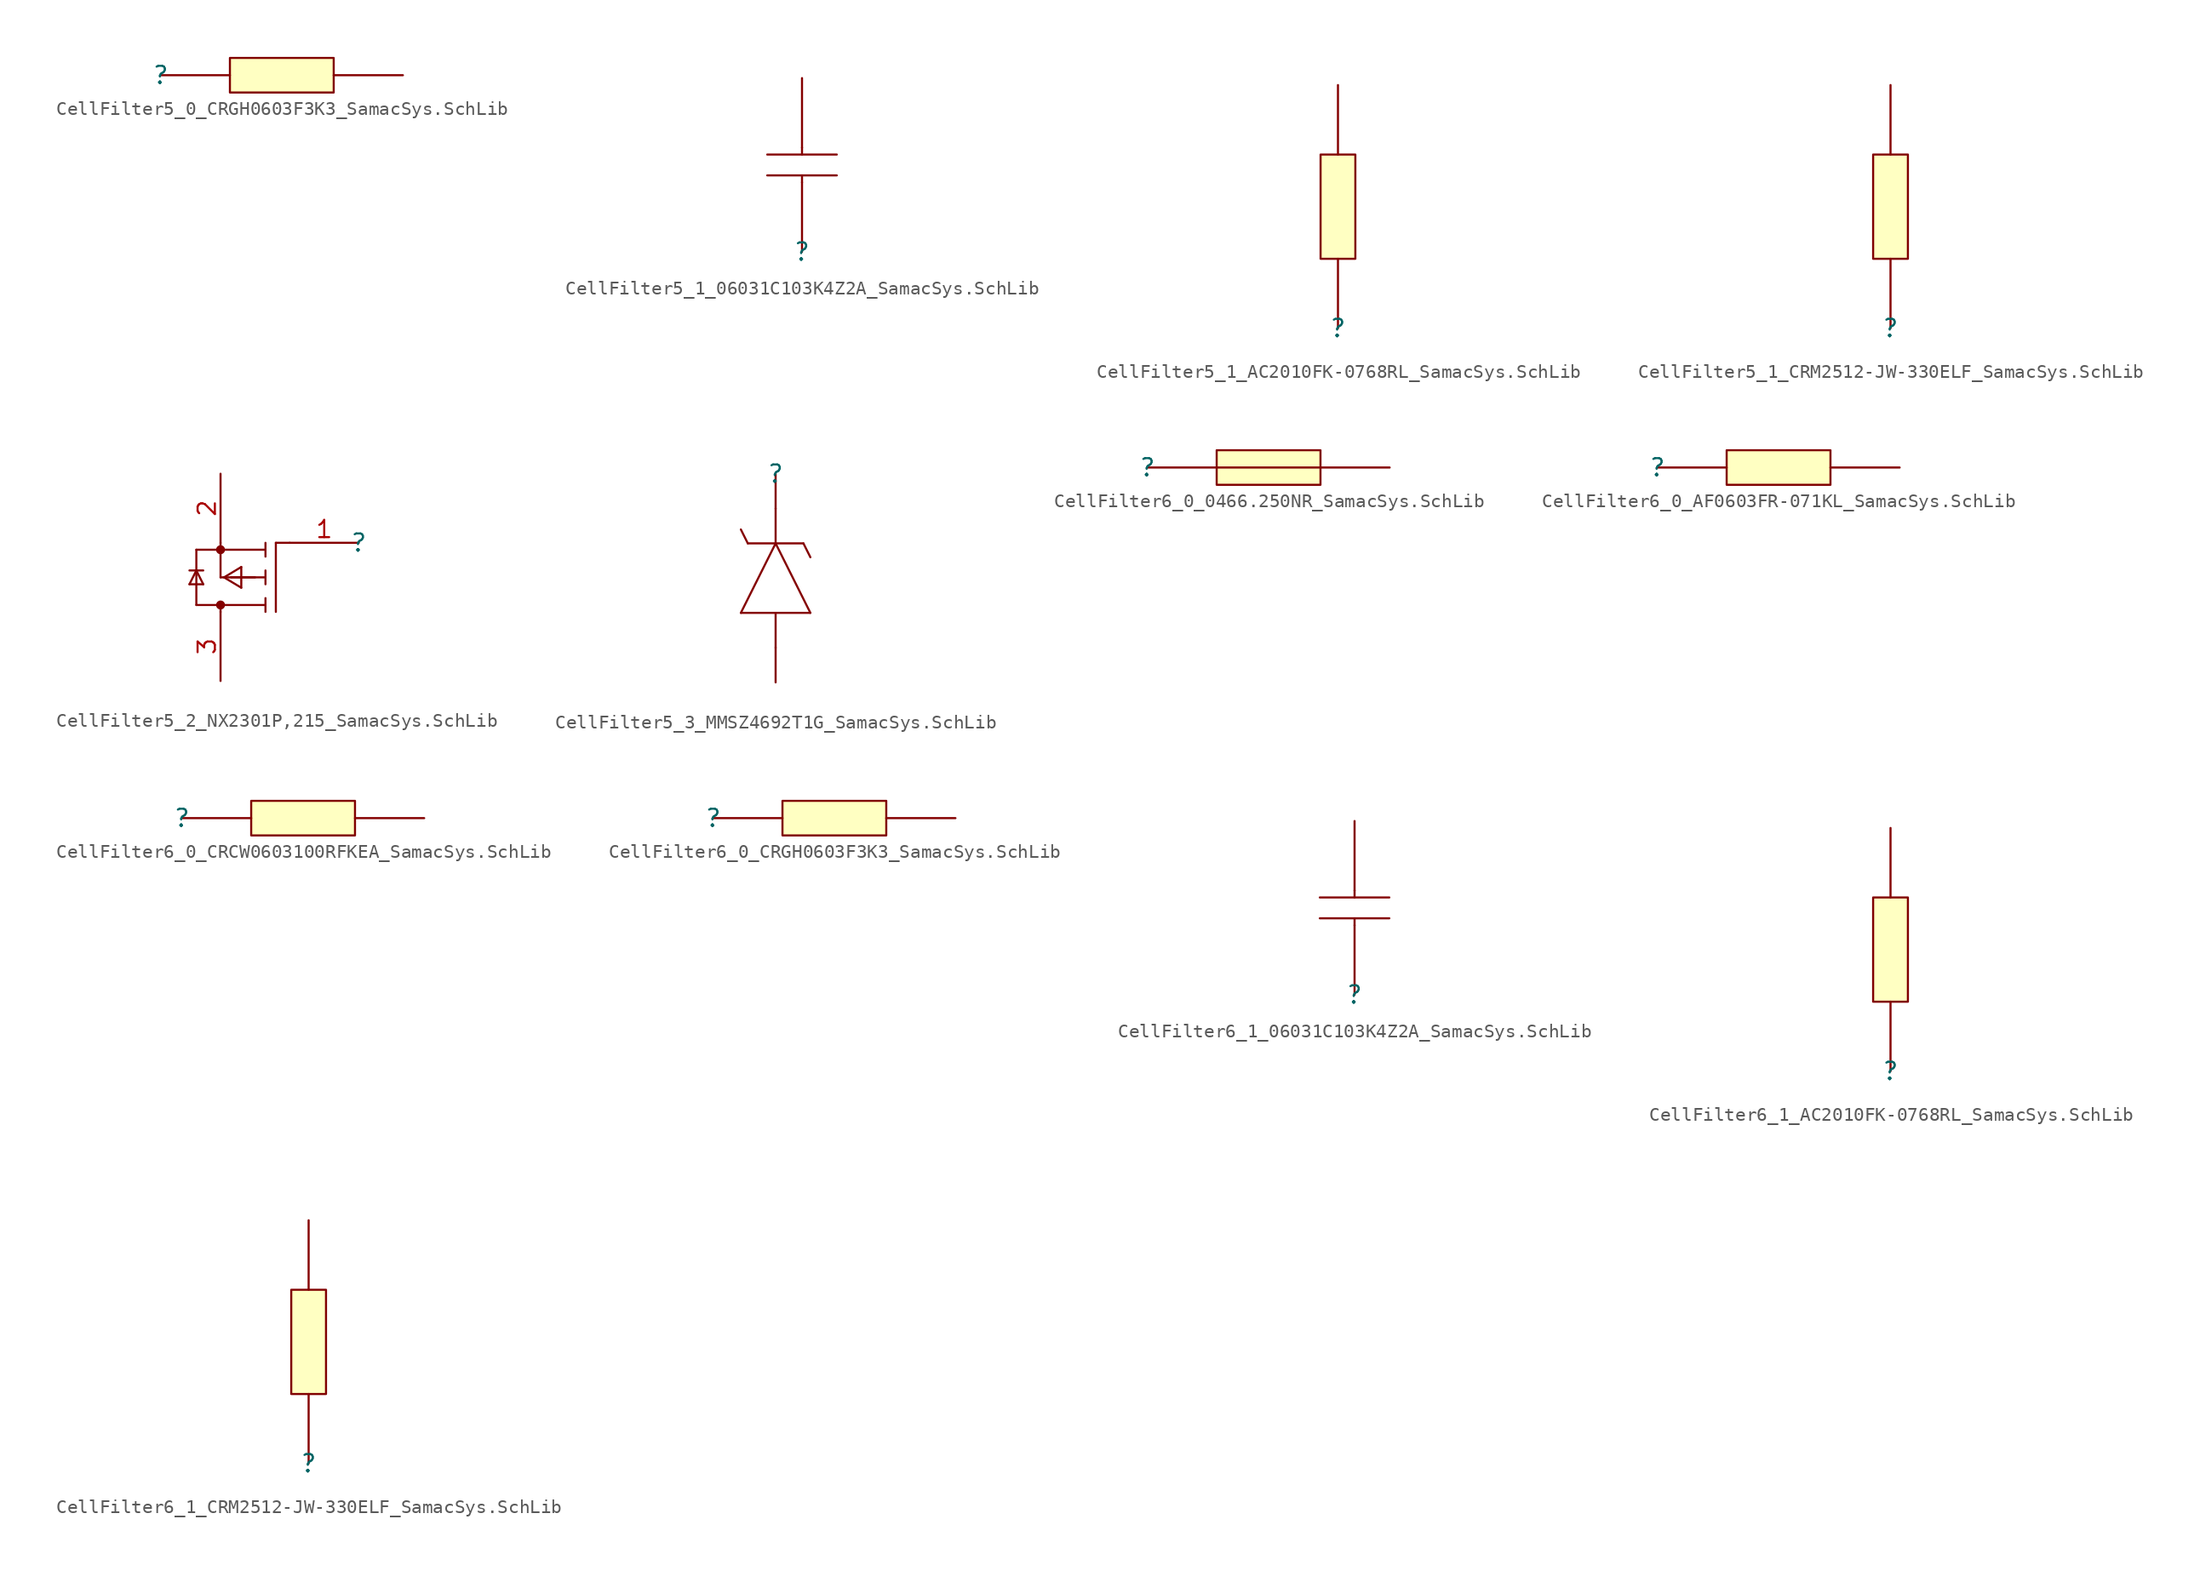
<source format=kicad_sym>
(kicad_symbol_lib
  (version 20241209)
  (generator "kicad_symbol_editor")
  (generator_version "9.0")
  (symbol "CellFilter5_0_CRGH0603F3K3_SamacSys.SchLib"
    (pin_numbers
      (hide yes))
    (pin_names
      (hide yes))
    (property "Reference" ""
      (at 0 0 0)
      (effects (font (size 1.27 1.27))))
    (property "Value" ""
      (at 0 0 0)
      (effects (font (size 1.27 1.27))))
    (symbol "CellFilter5_0_CRGH0603F3K3_SamacSys.SchLib_1_0"
      (rectangle (start 12.7 1.27) (end 5.08 -1.27) (stroke (width 0) (type solid) (color 128 0 0 1)) (fill (type background)))
      (pin passive line (at 0 0 0) (length 5.08) (name "1" (effects (font (size 1.27 1.27)))) (number "1" (effects (font (size 1.27 1.27)))))
      (pin passive line (at 17.78 0 180) (length 5.08) (name "2" (effects (font (size 1.27 1.27)))) (number "2" (effects (font (size 1.27 1.27)))))))
  (symbol "CellFilter5_1_06031C103K4Z2A_SamacSys.SchLib"
    (pin_numbers
      (hide yes))
    (pin_names
      (hide yes))
    (property "Reference" ""
      (at 0 0 0)
      (effects (font (size 1.27 1.27))))
    (property "Value" ""
      (at 0 0 0)
      (effects (font (size 1.27 1.27))))
    (symbol "CellFilter5_1_06031C103K4Z2A_SamacSys.SchLib_1_0"
      (polyline (pts (xy -2.54 7.112) (xy 2.54 7.112)) (stroke (width 0) (type solid)) (fill (type none)))
      (polyline (pts (xy -2.54 5.588) (xy 2.54 5.588)) (stroke (width 0) (type solid)) (fill (type none)))
      (polyline (pts (xy 0 7.112) (xy 0 7.62)) (stroke (width 0) (type solid)) (fill (type none)))
      (polyline (pts (xy 0 5.08) (xy 0 5.588)) (stroke (width 0) (type solid)) (fill (type none)))
      (pin passive line (at 0 12.7 270) (length 5.08) (name "2" (effects (font (size 1.27 1.27)))) (number "2" (effects (font (size 1.27 1.27)))))
      (pin passive line (at 0 0 90) (length 5.08) (name "1" (effects (font (size 1.27 1.27)))) (number "1" (effects (font (size 1.27 1.27)))))))
  (symbol "CellFilter5_1_AC2010FK-0768RL_SamacSys.SchLib"
    (pin_numbers
      (hide yes))
    (pin_names
      (hide yes))
    (property "Reference" ""
      (at 0 0 0)
      (effects (font (size 1.27 1.27))))
    (property "Value" ""
      (at 0 0 0)
      (effects (font (size 1.27 1.27))))
    (symbol "CellFilter5_1_AC2010FK-0768RL_SamacSys.SchLib_1_0"
      (rectangle (start 1.27 12.7) (end -1.27 5.08) (stroke (width 0) (type solid) (color 128 0 0 1)) (fill (type background)))
      (pin passive line (at 0 17.78 270) (length 5.08) (name "2" (effects (font (size 1.27 1.27)))) (number "2" (effects (font (size 1.27 1.27)))))
      (pin passive line (at 0 0 90) (length 5.08) (name "1" (effects (font (size 1.27 1.27)))) (number "1" (effects (font (size 1.27 1.27)))))))
  (symbol "CellFilter5_1_CRM2512-JW-330ELF_SamacSys.SchLib"
    (pin_numbers
      (hide yes))
    (pin_names
      (hide yes))
    (property "Reference" ""
      (at 0 0 0)
      (effects (font (size 1.27 1.27))))
    (property "Value" ""
      (at 0 0 0)
      (effects (font (size 1.27 1.27))))
    (symbol "CellFilter5_1_CRM2512-JW-330ELF_SamacSys.SchLib_1_0"
      (rectangle (start 1.27 12.7) (end -1.27 5.08) (stroke (width 0) (type solid) (color 128 0 0 1)) (fill (type background)))
      (pin passive line (at 0 17.78 270) (length 5.08) (name "2" (effects (font (size 1.27 1.27)))) (number "2" (effects (font (size 1.27 1.27)))))
      (pin passive line (at 0 0 90) (length 5.08) (name "1" (effects (font (size 1.27 1.27)))) (number "1" (effects (font (size 1.27 1.27)))))))
  (symbol "CellFilter5_2_NX2301P,215_SamacSys.SchLib"
    (pin_names
      (hide yes))
    (property "Reference" ""
      (at 0 0 0)
      (effects (font (size 1.27 1.27))))
    (property "Value" ""
      (at 0 0 0)
      (effects (font (size 1.27 1.27))))
    (symbol "CellFilter5_2_NX2301P,215_SamacSys.SchLib_1_0"
      (polyline (pts (xy -12.446 -3.048) (xy -11.43 -3.048)) (stroke (width 0) (type solid)) (fill (type none)))
      (polyline (pts (xy -11.938 -2.032) (xy -12.446 -2.032)) (stroke (width 0) (type solid)) (fill (type none)))
      (polyline (pts (xy -11.938 -2.032) (xy -12.446 -3.048)) (stroke (width 0) (type solid)) (fill (type none)))
      (polyline (pts (xy -11.938 -2.032) (xy -11.43 -2.032)) (stroke (width 0) (type solid)) (fill (type none)))
      (polyline (pts (xy -11.938 -4.572) (xy -11.938 -0.508)) (stroke (width 0) (type solid)) (fill (type none)))
      (polyline (pts (xy -11.938 -4.572) (xy -10.16 -4.572)) (stroke (width 0) (type solid)) (fill (type none)))
      (polyline (pts (xy -11.43 -3.048) (xy -11.938 -2.032)) (stroke (width 0) (type solid)) (fill (type none)))
      (circle (center -10.16 -0.508) (radius 0.254) (stroke (width 0) (type solid)) (fill (type outline)))
      (polyline (pts (xy -10.16 -0.508) (xy -11.938 -0.508)) (stroke (width 0) (type solid)) (fill (type none)))
      (polyline (pts (xy -10.16 -2.54) (xy -10.16 0)) (stroke (width 0) (type solid)) (fill (type none)))
      (polyline (pts (xy -10.16 -2.54) (xy -7.62 -2.54)) (stroke (width 0) (type solid)) (fill (type none)))
      (circle (center -10.16 -4.572) (radius 0.254) (stroke (width 0) (type solid)) (fill (type outline)))
      (polyline (pts (xy -10.16 -4.572) (xy -10.16 -5.08)) (stroke (width 0) (type solid)) (fill (type none)))
      (polyline (pts (xy -9.906 -2.54) (xy -8.636 -1.778)) (stroke (width 0) (type solid)) (fill (type none)))
      (polyline (pts (xy -9.906 -2.54) (xy -8.636 -3.302)) (stroke (width 0) (type solid)) (fill (type none)))
      (polyline (pts (xy -9.398 -2.54) (xy -6.858 -2.54)) (stroke (width 0) (type solid)) (fill (type none)))
      (polyline (pts (xy -8.636 -1.778) (xy -8.636 -3.302)) (stroke (width 0) (type solid)) (fill (type none)))
      (polyline (pts (xy -6.858 -0.508) (xy -10.16 -0.508)) (stroke (width 0) (type solid)) (fill (type none)))
      (polyline (pts (xy -6.858 -1.016) (xy -6.858 0)) (stroke (width 0) (type solid)) (fill (type none)))
      (polyline (pts (xy -6.858 -3.048) (xy -6.858 -2.032)) (stroke (width 0) (type solid)) (fill (type none)))
      (polyline (pts (xy -6.858 -4.064) (xy -6.858 -5.08)) (stroke (width 0) (type solid)) (fill (type none)))
      (polyline (pts (xy -6.858 -4.572) (xy -10.16 -4.572)) (stroke (width 0) (type solid)) (fill (type none)))
      (polyline (pts (xy -6.096 0) (xy -6.096 -5.08)) (stroke (width 0) (type solid)) (fill (type none)))
      (polyline (pts (xy -6.096 0) (xy -5.08 0)) (stroke (width 0) (type solid)) (fill (type none)))
      (pin passive line (at -10.16 5.08 270) (length 5.08) (name "S" (effects (font (size 1.27 1.27)))) (number "2" (effects (font (size 1.27 1.27)))))
      (pin passive line (at -10.16 -10.16 90) (length 5.08) (name "D" (effects (font (size 1.27 1.27)))) (number "3" (effects (font (size 1.27 1.27)))))
      (pin passive line (at 0 0 180) (length 5.08) (name "G" (effects (font (size 1.27 1.27)))) (number "1" (effects (font (size 1.27 1.27)))))))
  (symbol "CellFilter5_3_MMSZ4692T1G_SamacSys.SchLib"
    (pin_numbers
      (hide yes))
    (pin_names
      (hide yes))
    (property "Reference" ""
      (at 0 0 0)
      (effects (font (size 1.27 1.27))))
    (property "Value" ""
      (at 0 0 0)
      (effects (font (size 1.27 1.27))))
    (symbol "CellFilter5_3_MMSZ4692T1G_SamacSys.SchLib_1_0"
      (polyline (pts (xy -2.54 -4.064) (xy -2.032 -5.08)) (stroke (width 0) (type solid)) (fill (type none)))
      (polyline (pts (xy -2.54 -10.16) (xy 0 -5.08)) (stroke (width 0) (type solid)) (fill (type none)))
      (polyline (pts (xy 0 -2.54) (xy 0 -5.08)) (stroke (width 0) (type solid)) (fill (type none)))
      (polyline (pts (xy 0 -5.08) (xy 2.54 -10.16)) (stroke (width 0) (type solid)) (fill (type none)))
      (polyline (pts (xy 0 -12.7) (xy 0 -10.16)) (stroke (width 0) (type solid)) (fill (type none)))
      (polyline (pts (xy 2.032 -5.08) (xy -2.032 -5.08)) (stroke (width 0) (type solid)) (fill (type none)))
      (polyline (pts (xy 2.032 -5.08) (xy 2.54 -6.096)) (stroke (width 0) (type solid)) (fill (type none)))
      (polyline (pts (xy 2.54 -10.16) (xy -2.54 -10.16)) (stroke (width 0) (type solid)) (fill (type none)))
      (pin passive line (at 0 0 270) (length 2.54) (name "K" (effects (font (size 1.27 1.27)))) (number "1" (effects (font (size 1.27 1.27)))))
      (pin passive line (at 0 -15.24 90) (length 2.54) (name "A" (effects (font (size 1.27 1.27)))) (number "2" (effects (font (size 1.27 1.27)))))))
  (symbol "CellFilter6_0_0466.250NR_SamacSys.SchLib"
    (pin_numbers
      (hide yes))
    (pin_names
      (hide yes))
    (property "Reference" ""
      (at 0 0 0)
      (effects (font (size 1.27 1.27))))
    (property "Value" ""
      (at 0 0 0)
      (effects (font (size 1.27 1.27))))
    (symbol "CellFilter6_0_0466.250NR_SamacSys.SchLib_1_0"
      (polyline (pts (xy 5.08 0) (xy 12.7 0)) (stroke (width 0) (type solid)) (fill (type none)))
      (rectangle (start 12.7 1.27) (end 5.08 -1.27) (stroke (width 0) (type solid) (color 128 0 0 1)) (fill (type background)))
      (pin passive line (at 0 0 0) (length 5.08) (name "1" (effects (font (size 1.27 1.27)))) (number "1" (effects (font (size 1.27 1.27)))))
      (pin passive line (at 17.78 0 180) (length 5.08) (name "2" (effects (font (size 1.27 1.27)))) (number "2" (effects (font (size 1.27 1.27)))))))
  (symbol "CellFilter6_0_AF0603FR-071KL_SamacSys.SchLib"
    (pin_numbers
      (hide yes))
    (pin_names
      (hide yes))
    (property "Reference" ""
      (at 0 0 0)
      (effects (font (size 1.27 1.27))))
    (property "Value" ""
      (at 0 0 0)
      (effects (font (size 1.27 1.27))))
    (symbol "CellFilter6_0_AF0603FR-071KL_SamacSys.SchLib_1_0"
      (rectangle (start 12.7 1.27) (end 5.08 -1.27) (stroke (width 0) (type solid) (color 128 0 0 1)) (fill (type background)))
      (pin passive line (at 0 0 0) (length 5.08) (name "1" (effects (font (size 1.27 1.27)))) (number "1" (effects (font (size 1.27 1.27)))))
      (pin passive line (at 17.78 0 180) (length 5.08) (name "2" (effects (font (size 1.27 1.27)))) (number "2" (effects (font (size 1.27 1.27)))))))
  (symbol "CellFilter6_0_CRCW0603100RFKEA_SamacSys.SchLib"
    (pin_numbers
      (hide yes))
    (pin_names
      (hide yes))
    (property "Reference" ""
      (at 0 0 0)
      (effects (font (size 1.27 1.27))))
    (property "Value" ""
      (at 0 0 0)
      (effects (font (size 1.27 1.27))))
    (symbol "CellFilter6_0_CRCW0603100RFKEA_SamacSys.SchLib_1_0"
      (rectangle (start 12.7 1.27) (end 5.08 -1.27) (stroke (width 0) (type solid) (color 128 0 0 1)) (fill (type background)))
      (pin passive line (at 0 0 0) (length 5.08) (name "1" (effects (font (size 1.27 1.27)))) (number "1" (effects (font (size 1.27 1.27)))))
      (pin passive line (at 17.78 0 180) (length 5.08) (name "2" (effects (font (size 1.27 1.27)))) (number "2" (effects (font (size 1.27 1.27)))))))
  (symbol "CellFilter6_0_CRGH0603F3K3_SamacSys.SchLib"
    (pin_numbers
      (hide yes))
    (pin_names
      (hide yes))
    (property "Reference" ""
      (at 0 0 0)
      (effects (font (size 1.27 1.27))))
    (property "Value" ""
      (at 0 0 0)
      (effects (font (size 1.27 1.27))))
    (symbol "CellFilter6_0_CRGH0603F3K3_SamacSys.SchLib_1_0"
      (rectangle (start 12.7 1.27) (end 5.08 -1.27) (stroke (width 0) (type solid) (color 128 0 0 1)) (fill (type background)))
      (pin passive line (at 0 0 0) (length 5.08) (name "1" (effects (font (size 1.27 1.27)))) (number "1" (effects (font (size 1.27 1.27)))))
      (pin passive line (at 17.78 0 180) (length 5.08) (name "2" (effects (font (size 1.27 1.27)))) (number "2" (effects (font (size 1.27 1.27)))))))
  (symbol "CellFilter6_1_06031C103K4Z2A_SamacSys.SchLib"
    (pin_numbers
      (hide yes))
    (pin_names
      (hide yes))
    (property "Reference" ""
      (at 0 0 0)
      (effects (font (size 1.27 1.27))))
    (property "Value" ""
      (at 0 0 0)
      (effects (font (size 1.27 1.27))))
    (symbol "CellFilter6_1_06031C103K4Z2A_SamacSys.SchLib_1_0"
      (polyline (pts (xy -2.54 7.112) (xy 2.54 7.112)) (stroke (width 0) (type solid)) (fill (type none)))
      (polyline (pts (xy -2.54 5.588) (xy 2.54 5.588)) (stroke (width 0) (type solid)) (fill (type none)))
      (polyline (pts (xy 0 7.112) (xy 0 7.62)) (stroke (width 0) (type solid)) (fill (type none)))
      (polyline (pts (xy 0 5.08) (xy 0 5.588)) (stroke (width 0) (type solid)) (fill (type none)))
      (pin passive line (at 0 12.7 270) (length 5.08) (name "2" (effects (font (size 1.27 1.27)))) (number "2" (effects (font (size 1.27 1.27)))))
      (pin passive line (at 0 0 90) (length 5.08) (name "1" (effects (font (size 1.27 1.27)))) (number "1" (effects (font (size 1.27 1.27)))))))
  (symbol "CellFilter6_1_AC2010FK-0768RL_SamacSys.SchLib"
    (pin_numbers
      (hide yes))
    (pin_names
      (hide yes))
    (property "Reference" ""
      (at 0 0 0)
      (effects (font (size 1.27 1.27))))
    (property "Value" ""
      (at 0 0 0)
      (effects (font (size 1.27 1.27))))
    (symbol "CellFilter6_1_AC2010FK-0768RL_SamacSys.SchLib_1_0"
      (rectangle (start 1.27 12.7) (end -1.27 5.08) (stroke (width 0) (type solid) (color 128 0 0 1)) (fill (type background)))
      (pin passive line (at 0 17.78 270) (length 5.08) (name "2" (effects (font (size 1.27 1.27)))) (number "2" (effects (font (size 1.27 1.27)))))
      (pin passive line (at 0 0 90) (length 5.08) (name "1" (effects (font (size 1.27 1.27)))) (number "1" (effects (font (size 1.27 1.27)))))))
  (symbol "CellFilter6_1_CRM2512-JW-330ELF_SamacSys.SchLib"
    (pin_numbers
      (hide yes))
    (pin_names
      (hide yes))
    (property "Reference" ""
      (at 0 0 0)
      (effects (font (size 1.27 1.27))))
    (property "Value" ""
      (at 0 0 0)
      (effects (font (size 1.27 1.27))))
    (symbol "CellFilter6_1_CRM2512-JW-330ELF_SamacSys.SchLib_1_0"
      (rectangle (start 1.27 12.7) (end -1.27 5.08) (stroke (width 0) (type solid) (color 128 0 0 1)) (fill (type background)))
      (pin passive line (at 0 17.78 270) (length 5.08) (name "2" (effects (font (size 1.27 1.27)))) (number "2" (effects (font (size 1.27 1.27)))))
      (pin passive line (at 0 0 90) (length 5.08) (name "1" (effects (font (size 1.27 1.27)))) (number "1" (effects (font (size 1.27 1.27))))))))
</source>
